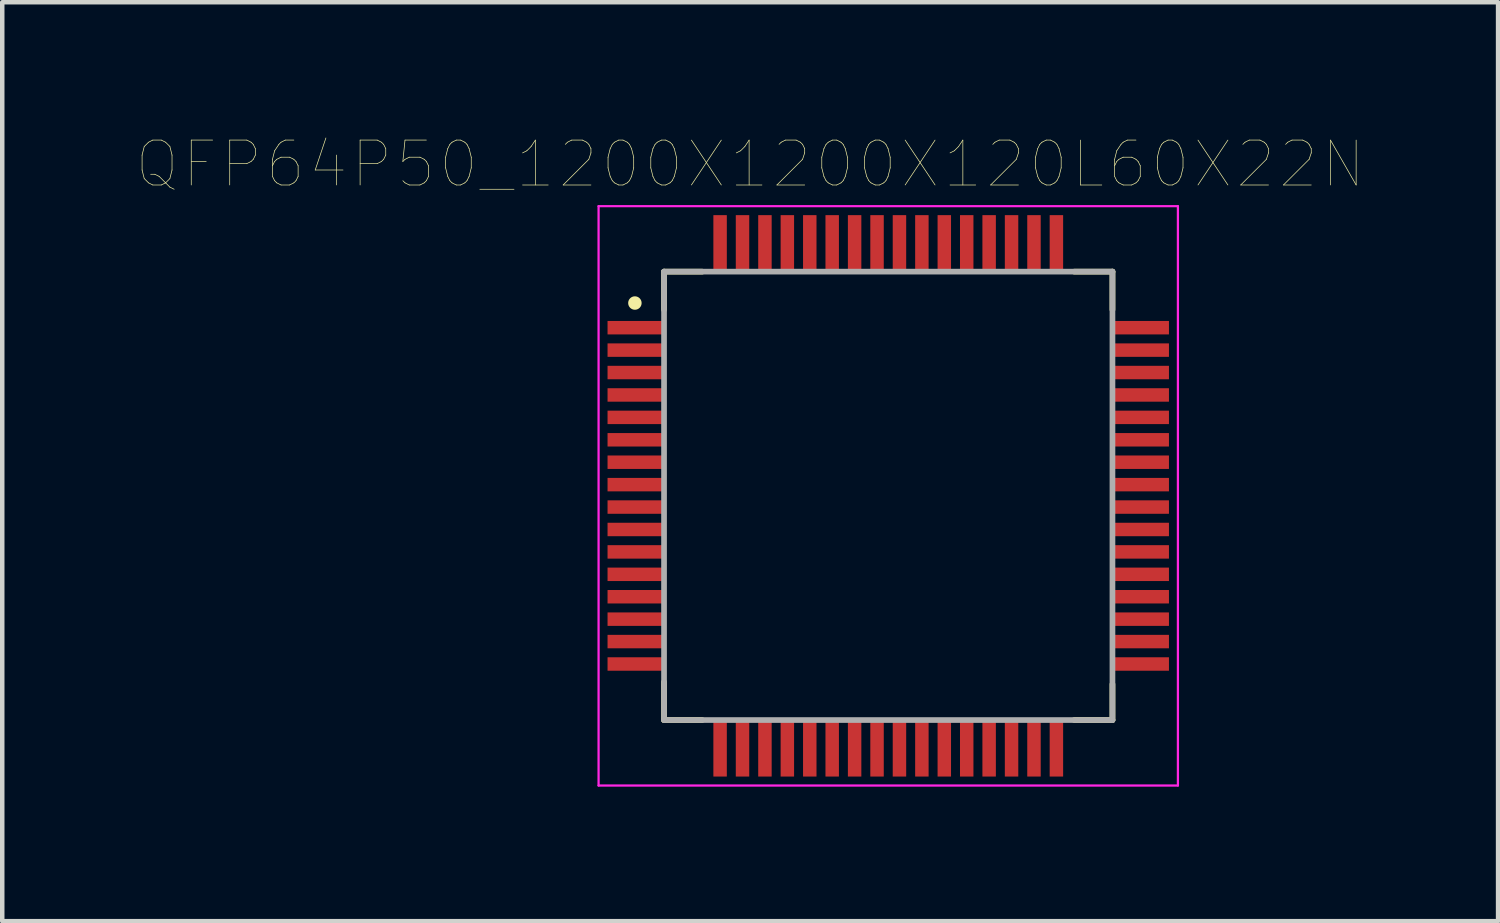
<source format=kicad_pcb>
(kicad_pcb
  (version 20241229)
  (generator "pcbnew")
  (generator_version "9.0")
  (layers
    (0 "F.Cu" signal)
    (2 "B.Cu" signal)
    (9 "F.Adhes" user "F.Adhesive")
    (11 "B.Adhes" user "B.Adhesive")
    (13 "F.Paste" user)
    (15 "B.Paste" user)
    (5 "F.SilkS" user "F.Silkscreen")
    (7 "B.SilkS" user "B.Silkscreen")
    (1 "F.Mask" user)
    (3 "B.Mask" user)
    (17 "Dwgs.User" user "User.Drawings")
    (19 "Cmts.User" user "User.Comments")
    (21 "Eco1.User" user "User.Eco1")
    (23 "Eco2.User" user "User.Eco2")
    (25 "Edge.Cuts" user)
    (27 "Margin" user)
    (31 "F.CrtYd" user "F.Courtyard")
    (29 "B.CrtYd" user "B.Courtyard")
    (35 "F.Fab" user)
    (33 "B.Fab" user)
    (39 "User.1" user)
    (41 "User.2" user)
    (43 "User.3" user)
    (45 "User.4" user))
  (footprint "QFP64P50_1200X1200X120L60X22N"
    (layer "F.Cu")
    (at 16.759 8.008)
    (property "Reference" "QFP64P50_1200X1200X120L60X22N" (at -3.079 -7.395 0) (layer "F.SilkS") (effects (font (size 1.001 1.001) (thickness 0.015))))
    (attr through_hole)
    (fp_line (start -5 -5) (end -5 -4.15) (stroke (width 0.127) (type solid)) (layer "F.SilkS"))
    (fp_line (start -5 5) (end -5 4.15) (stroke (width 0.127) (type solid)) (layer "F.SilkS"))
    (fp_line (start -4.15 -5) (end -5 -5) (stroke (width 0.127) (type solid)) (layer "F.SilkS"))
    (fp_line (start -4.15 5) (end -5 5) (stroke (width 0.127) (type solid)) (layer "F.SilkS"))
    (fp_line (start 4.15 -5) (end 5 -5) (stroke (width 0.127) (type solid)) (layer "F.SilkS"))
    (fp_line (start 5 -5) (end 5 -4.15) (stroke (width 0.127) (type solid)) (layer "F.SilkS"))
    (fp_line (start 5 4.2) (end 5 5) (stroke (width 0.127) (type solid)) (layer "F.SilkS"))
    (fp_line (start 5 5) (end 4.15 5) (stroke (width 0.127) (type solid)) (layer "F.SilkS"))
    (fp_circle (center -5.65 -4.3) (end -5.5 -4.3) (stroke (width 0) (type solid)) (fill yes) (layer "F.SilkS"))
    (fp_line (start -6.46 -6.46) (end -6.46 6.46) (stroke (width 0.05) (type solid)) (layer "F.CrtYd"))
    (fp_line (start -6.46 6.46) (end 6.46 6.46) (stroke (width 0.05) (type solid)) (layer "F.CrtYd"))
    (fp_line (start 6.46 -6.46) (end -6.46 -6.46) (stroke (width 0.05) (type solid)) (layer "F.CrtYd"))
    (fp_line (start 6.46 6.46) (end 6.46 -6.46) (stroke (width 0.05) (type solid)) (layer "F.CrtYd"))
    (fp_line (start -5 -5) (end -5 5) (stroke (width 0.127) (type solid)) (layer "F.Fab"))
    (fp_line (start -5 5) (end 5 5) (stroke (width 0.127) (type solid)) (layer "F.Fab"))
    (fp_line (start 5 -5) (end -5 -5) (stroke (width 0.127) (type solid)) (layer "F.Fab"))
    (fp_line (start 5 5) (end 5 -5) (stroke (width 0.127) (type solid)) (layer "F.Fab"))
    (pad "1" smd rect (at -5.63 -3.75) (size 1.26 0.3) (layers "F.Cu" "F.Mask" "F.Paste"))
    (pad "2" smd rect (at -5.63 -3.25) (size 1.26 0.3) (layers "F.Cu" "F.Mask" "F.Paste"))
    (pad "3" smd rect (at -5.63 -2.75) (size 1.26 0.3) (layers "F.Cu" "F.Mask" "F.Paste"))
    (pad "4" smd rect (at -5.63 -2.25) (size 1.26 0.3) (layers "F.Cu" "F.Mask" "F.Paste"))
    (pad "5" smd rect (at -5.63 -1.75) (size 1.26 0.3) (layers "F.Cu" "F.Mask" "F.Paste"))
    (pad "6" smd rect (at -5.63 -1.25) (size 1.26 0.3) (layers "F.Cu" "F.Mask" "F.Paste"))
    (pad "7" smd rect (at -5.63 -0.75) (size 1.26 0.3) (layers "F.Cu" "F.Mask" "F.Paste"))
    (pad "8" smd rect (at -5.63 -0.25) (size 1.26 0.3) (layers "F.Cu" "F.Mask" "F.Paste"))
    (pad "9" smd rect (at -5.63 0.25) (size 1.26 0.3) (layers "F.Cu" "F.Mask" "F.Paste"))
    (pad "10" smd rect (at -5.63 0.75) (size 1.26 0.3) (layers "F.Cu" "F.Mask" "F.Paste"))
    (pad "11" smd rect (at -5.63 1.25) (size 1.26 0.3) (layers "F.Cu" "F.Mask" "F.Paste"))
    (pad "12" smd rect (at -5.63 1.75) (size 1.26 0.3) (layers "F.Cu" "F.Mask" "F.Paste"))
    (pad "13" smd rect (at -5.63 2.25) (size 1.26 0.3) (layers "F.Cu" "F.Mask" "F.Paste"))
    (pad "14" smd rect (at -5.63 2.75) (size 1.26 0.3) (layers "F.Cu" "F.Mask" "F.Paste"))
    (pad "15" smd rect (at -5.63 3.25) (size 1.26 0.3) (layers "F.Cu" "F.Mask" "F.Paste"))
    (pad "16" smd rect (at -5.63 3.75) (size 1.26 0.3) (layers "F.Cu" "F.Mask" "F.Paste"))
    (pad "17" smd rect (at -3.75 5.63) (size 0.3 1.26) (layers "F.Cu" "F.Mask" "F.Paste"))
    (pad "18" smd rect (at -3.25 5.63) (size 0.3 1.26) (layers "F.Cu" "F.Mask" "F.Paste"))
    (pad "19" smd rect (at -2.75 5.63) (size 0.3 1.26) (layers "F.Cu" "F.Mask" "F.Paste"))
    (pad "20" smd rect (at -2.25 5.63) (size 0.3 1.26) (layers "F.Cu" "F.Mask" "F.Paste"))
    (pad "21" smd rect (at -1.75 5.63) (size 0.3 1.26) (layers "F.Cu" "F.Mask" "F.Paste"))
    (pad "22" smd rect (at -1.25 5.63) (size 0.3 1.26) (layers "F.Cu" "F.Mask" "F.Paste"))
    (pad "23" smd rect (at -0.75 5.63) (size 0.3 1.26) (layers "F.Cu" "F.Mask" "F.Paste"))
    (pad "24" smd rect (at -0.25 5.63) (size 0.3 1.26) (layers "F.Cu" "F.Mask" "F.Paste"))
    (pad "25" smd rect (at 0.25 5.63) (size 0.3 1.26) (layers "F.Cu" "F.Mask" "F.Paste"))
    (pad "26" smd rect (at 0.75 5.63) (size 0.3 1.26) (layers "F.Cu" "F.Mask" "F.Paste"))
    (pad "27" smd rect (at 1.25 5.63) (size 0.3 1.26) (layers "F.Cu" "F.Mask" "F.Paste"))
    (pad "28" smd rect (at 1.75 5.63) (size 0.3 1.26) (layers "F.Cu" "F.Mask" "F.Paste"))
    (pad "29" smd rect (at 2.25 5.63) (size 0.3 1.26) (layers "F.Cu" "F.Mask" "F.Paste"))
    (pad "30" smd rect (at 2.75 5.63) (size 0.3 1.26) (layers "F.Cu" "F.Mask" "F.Paste"))
    (pad "31" smd rect (at 3.25 5.63) (size 0.3 1.26) (layers "F.Cu" "F.Mask" "F.Paste"))
    (pad "32" smd rect (at 3.75 5.63) (size 0.3 1.26) (layers "F.Cu" "F.Mask" "F.Paste"))
    (pad "33" smd rect (at 5.63 3.75) (size 1.26 0.3) (layers "F.Cu" "F.Mask" "F.Paste"))
    (pad "34" smd rect (at 5.63 3.25) (size 1.26 0.3) (layers "F.Cu" "F.Mask" "F.Paste"))
    (pad "35" smd rect (at 5.63 2.75) (size 1.26 0.3) (layers "F.Cu" "F.Mask" "F.Paste"))
    (pad "36" smd rect (at 5.63 2.25) (size 1.26 0.3) (layers "F.Cu" "F.Mask" "F.Paste"))
    (pad "37" smd rect (at 5.63 1.75) (size 1.26 0.3) (layers "F.Cu" "F.Mask" "F.Paste"))
    (pad "38" smd rect (at 5.63 1.25) (size 1.26 0.3) (layers "F.Cu" "F.Mask" "F.Paste"))
    (pad "39" smd rect (at 5.63 0.75) (size 1.26 0.3) (layers "F.Cu" "F.Mask" "F.Paste"))
    (pad "40" smd rect (at 5.63 0.25) (size 1.26 0.3) (layers "F.Cu" "F.Mask" "F.Paste"))
    (pad "41" smd rect (at 5.63 -0.25) (size 1.26 0.3) (layers "F.Cu" "F.Mask" "F.Paste"))
    (pad "42" smd rect (at 5.63 -0.75) (size 1.26 0.3) (layers "F.Cu" "F.Mask" "F.Paste"))
    (pad "43" smd rect (at 5.63 -1.25) (size 1.26 0.3) (layers "F.Cu" "F.Mask" "F.Paste"))
    (pad "44" smd rect (at 5.63 -1.75) (size 1.26 0.3) (layers "F.Cu" "F.Mask" "F.Paste"))
    (pad "45" smd rect (at 5.63 -2.25) (size 1.26 0.3) (layers "F.Cu" "F.Mask" "F.Paste"))
    (pad "46" smd rect (at 5.63 -2.75) (size 1.26 0.3) (layers "F.Cu" "F.Mask" "F.Paste"))
    (pad "47" smd rect (at 5.63 -3.25) (size 1.26 0.3) (layers "F.Cu" "F.Mask" "F.Paste"))
    (pad "48" smd rect (at 5.63 -3.75) (size 1.26 0.3) (layers "F.Cu" "F.Mask" "F.Paste"))
    (pad "49" smd rect (at 3.75 -5.63) (size 0.3 1.26) (layers "F.Cu" "F.Mask" "F.Paste"))
    (pad "50" smd rect (at 3.25 -5.63) (size 0.3 1.26) (layers "F.Cu" "F.Mask" "F.Paste"))
    (pad "51" smd rect (at 2.75 -5.63) (size 0.3 1.26) (layers "F.Cu" "F.Mask" "F.Paste"))
    (pad "52" smd rect (at 2.25 -5.63) (size 0.3 1.26) (layers "F.Cu" "F.Mask" "F.Paste"))
    (pad "53" smd rect (at 1.75 -5.63) (size 0.3 1.26) (layers "F.Cu" "F.Mask" "F.Paste"))
    (pad "54" smd rect (at 1.25 -5.63) (size 0.3 1.26) (layers "F.Cu" "F.Mask" "F.Paste"))
    (pad "55" smd rect (at 0.75 -5.63) (size 0.3 1.26) (layers "F.Cu" "F.Mask" "F.Paste"))
    (pad "56" smd rect (at 0.25 -5.63) (size 0.3 1.26) (layers "F.Cu" "F.Mask" "F.Paste"))
    (pad "57" smd rect (at -0.25 -5.63) (size 0.3 1.26) (layers "F.Cu" "F.Mask" "F.Paste"))
    (pad "58" smd rect (at -0.75 -5.63) (size 0.3 1.26) (layers "F.Cu" "F.Mask" "F.Paste"))
    (pad "59" smd rect (at -1.25 -5.63) (size 0.3 1.26) (layers "F.Cu" "F.Mask" "F.Paste"))
    (pad "60" smd rect (at -1.75 -5.63) (size 0.3 1.26) (layers "F.Cu" "F.Mask" "F.Paste"))
    (pad "61" smd rect (at -2.25 -5.63) (size 0.3 1.26) (layers "F.Cu" "F.Mask" "F.Paste"))
    (pad "62" smd rect (at -2.75 -5.63) (size 0.3 1.26) (layers "F.Cu" "F.Mask" "F.Paste"))
    (pad "63" smd rect (at -3.25 -5.63) (size 0.3 1.26) (layers "F.Cu" "F.Mask" "F.Paste"))
    (pad "64" smd rect (at -3.75 -5.63) (size 0.3 1.26) (layers "F.Cu" "F.Mask" "F.Paste")))
  (gr_rect
    (start -3 -3)
    (end 30.359 17.493)
    (stroke (width 0.1) (type default))
    (fill no)
    (layer "Edge.Cuts")))
</source>
